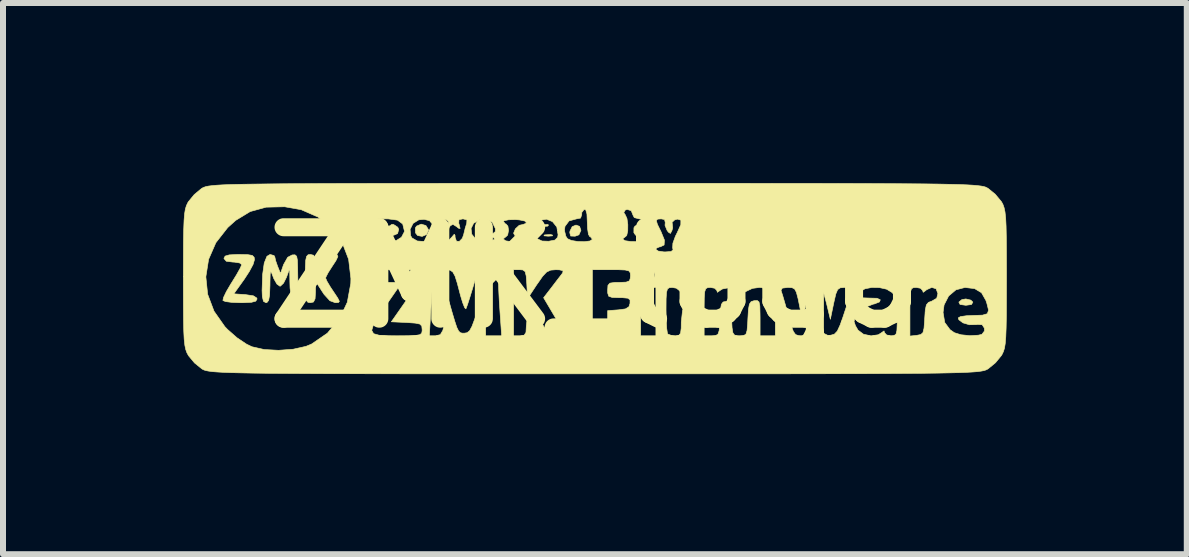
<source format=kicad_pcb>
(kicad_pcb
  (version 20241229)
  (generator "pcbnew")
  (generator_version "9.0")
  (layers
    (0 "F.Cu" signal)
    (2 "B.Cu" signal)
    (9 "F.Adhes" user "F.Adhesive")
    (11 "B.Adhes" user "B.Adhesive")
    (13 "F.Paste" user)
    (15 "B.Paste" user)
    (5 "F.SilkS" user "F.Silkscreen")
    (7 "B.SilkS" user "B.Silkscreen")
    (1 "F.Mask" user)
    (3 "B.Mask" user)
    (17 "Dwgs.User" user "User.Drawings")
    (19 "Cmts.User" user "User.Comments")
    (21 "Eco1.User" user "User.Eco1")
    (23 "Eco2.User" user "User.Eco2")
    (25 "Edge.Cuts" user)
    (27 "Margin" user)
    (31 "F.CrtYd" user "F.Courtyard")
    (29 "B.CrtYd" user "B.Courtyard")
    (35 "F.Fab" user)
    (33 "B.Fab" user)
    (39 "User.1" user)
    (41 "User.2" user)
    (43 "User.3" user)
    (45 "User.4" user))
  (footprint "ZMK_logo"
    (layer "F.Cu")
    (at 6.863 1.571)
    (property "Reference" "ZMK_logo" (at 0 0 0) (layer "F.SilkS") (effects (font (size 1.524 1.524) (thickness 0.3))))
    (attr through_hole)
    (fp_poly (pts (xy -1.81 -0.875) (xy -1.804 -0.859) (xy -1.863 -0.853) (xy -1.923 -0.86) (xy -1.916 -0.875) (xy -1.829 -0.88) (xy -1.81 -0.875)) (stroke (width 0.01) (type solid)) (fill yes) (layer "F.SilkS"))
    (fp_poly (pts (xy -0.773 -0.872) (xy -0.786 -0.853) (xy -0.829 -0.85) (xy -0.874 -0.86) (xy -0.855 -0.876) (xy -0.788 -0.881) (xy -0.773 -0.872)) (stroke (width 0.01) (type solid)) (fill yes) (layer "F.SilkS"))
    (fp_poly (pts (xy -0.708 -0.705) (xy -0.707 -0.691) (xy -0.773 -0.686) (xy -0.783 -0.686) (xy -0.849 -0.692) (xy -0.843 -0.705) (xy -0.835 -0.707) (xy -0.743 -0.713) (xy -0.708 -0.705)) (stroke (width 0.01) (type solid)) (fill yes) (layer "F.SilkS"))
    (fp_poly (pts (xy 6.264 0.38) (xy 6.297 0.413) (xy 6.275 0.453) (xy 6.181 0.466) (xy 6.084 0.452) (xy 6.064 0.413) (xy 6.115 0.371) (xy 6.181 0.36) (xy 6.264 0.38)) (stroke (width 0.01) (type solid)) (fill yes) (layer "F.SilkS"))
    (fp_poly (pts (xy -3.356 -0.881) (xy -3.285 -0.835) (xy -3.269 -0.799) (xy -3.288 -0.729) (xy -3.355 -0.7) (xy -3.428 -0.719) (xy -3.464 -0.778) (xy -3.443 -0.844) (xy -3.384 -0.882) (xy -3.356 -0.881)) (stroke (width 0.01) (type solid)) (fill yes) (layer "F.SilkS"))
    (fp_poly (pts (xy -0.256 -0.849) (xy -0.233 -0.783) (xy -0.267 -0.708) (xy -0.331 -0.685) (xy -0.404 -0.688) (xy -0.419 -0.743) (xy -0.416 -0.769) (xy -0.379 -0.844) (xy -0.315 -0.871) (xy -0.256 -0.849)) (stroke (width 0.01) (type solid)) (fill yes) (layer "F.SilkS"))
    (fp_poly (pts (xy -2.816 -0.863) (xy -2.774 -0.795) (xy -2.773 -0.783) (xy -2.806 -0.713) (xy -2.879 -0.682) (xy -2.955 -0.697) (xy -2.99 -0.741) (xy -2.992 -0.822) (xy -2.973 -0.853) (xy -2.895 -0.886) (xy -2.816 -0.863)) (stroke (width 0.01) (type solid)) (fill yes) (layer "F.SilkS"))
    (fp_poly (pts (xy 0.813 -0.848) (xy 0.847 -0.769) (xy 0.847 -0.763) (xy 0.816 -0.697) (xy 0.747 -0.676) (xy 0.677 -0.703) (xy 0.649 -0.744) (xy 0.65 -0.826) (xy 0.669 -0.855) (xy 0.743 -0.883) (xy 0.813 -0.848)) (stroke (width 0.01) (type solid)) (fill yes) (layer "F.SilkS"))
    (fp_poly (pts (xy 4.772 0.623) (xy 4.776 0.689) (xy 4.746 0.759) (xy 4.692 0.796) (xy 4.616 0.783) (xy 4.593 0.762) (xy 4.593 0.695) (xy 4.644 0.627) (xy 4.72 0.593) (xy 4.728 0.593) (xy 4.772 0.623)) (stroke (width 0.01) (type solid)) (fill yes) (layer "F.SilkS"))
    (fp_poly (pts (xy -5.785 -0.378) (xy -5.709 -0.365) (xy -5.678 -0.334) (xy -5.673 -0.293) (xy -5.696 -0.215) (xy -5.759 -0.097) (xy -5.845 0.035) (xy -6.017 0.275) (xy -5.824 0.288) (xy -5.691 0.308) (xy -5.634 0.345) (xy -5.63 0.362) (xy -5.651 0.397) (xy -5.723 0.416) (xy -5.861 0.423) (xy -5.903 0.423) (xy -6.047 0.418) (xy -6.154 0.404) (xy -6.199 0.386) (xy -6.188 0.335) (xy -6.14 0.235) (xy -6.064 0.106) (xy -6.053 0.089) (xy -5.971 -0.044) (xy -5.911 -0.151) (xy -5.885 -0.21) (xy -5.884 -0.213) (xy -5.922 -0.24) (xy -6.013 -0.254) (xy -6.032 -0.254) (xy -6.142 -0.268) (xy -6.18 -0.312) (xy -6.181 -0.318) (xy -6.161 -0.354) (xy -6.092 -0.374) (xy -5.957 -0.381) (xy -5.927 -0.381) (xy -5.785 -0.378)) (stroke (width 0.01) (type solid)) (fill yes) (layer "F.SilkS"))
    (fp_poly (pts (xy -4.687 -0.368) (xy -4.662 -0.313) (xy -4.656 -0.201) (xy -4.655 -0.021) (xy -4.54 -0.201) (xy -4.459 -0.305) (xy -4.382 -0.37) (xy -4.35 -0.381) (xy -4.295 -0.375) (xy -4.283 -0.346) (xy -4.316 -0.277) (xy -4.381 -0.178) (xy -4.446 -0.076) (xy -4.483 -0.003) (xy -4.487 0.013) (xy -4.465 0.065) (xy -4.408 0.161) (xy -4.358 0.236) (xy -4.286 0.344) (xy -4.258 0.4) (xy -4.273 0.42) (xy -4.327 0.423) (xy -4.416 0.39) (xy -4.512 0.285) (xy -4.54 0.243) (xy -4.655 0.064) (xy -4.656 0.243) (xy -4.663 0.358) (xy -4.689 0.411) (xy -4.741 0.423) (xy -4.781 0.417) (xy -4.806 0.389) (xy -4.819 0.322) (xy -4.825 0.201) (xy -4.826 0.021) (xy -4.825 -0.166) (xy -4.819 -0.284) (xy -4.805 -0.348) (xy -4.779 -0.376) (xy -4.741 -0.381) (xy -4.687 -0.368)) (stroke (width 0.01) (type solid)) (fill yes) (layer "F.SilkS"))
    (fp_poly (pts (xy -5.347 -0.363) (xy -5.334 -0.341) (xy -5.32 -0.277) (xy -5.287 -0.183) (xy -5.239 -0.064) (xy -5.188 -0.212) (xy -5.119 -0.334) (xy -5.045 -0.373) (xy -4.998 -0.375) (xy -4.97 -0.351) (xy -4.957 -0.283) (xy -4.953 -0.156) (xy -4.952 -0.077) (xy -4.949 0.09) (xy -4.94 0.235) (xy -4.927 0.326) (xy -4.926 0.328) (xy -4.923 0.404) (xy -4.965 0.423) (xy -5.024 0.4) (xy -5.061 0.323) (xy -5.08 0.18) (xy -5.083 0.071) (xy -5.086 -0.148) (xy -5.14 0) (xy -5.188 0.097) (xy -5.24 0.146) (xy -5.249 0.148) (xy -5.299 0.112) (xy -5.35 0.023) (xy -5.359 0) (xy -5.387 -0.074) (xy -5.403 -0.095) (xy -5.411 -0.053) (xy -5.414 0.06) (xy -5.415 0.138) (xy -5.421 0.296) (xy -5.437 0.385) (xy -5.466 0.421) (xy -5.482 0.423) (xy -5.523 0.4) (xy -5.542 0.32) (xy -5.546 0.218) (xy -5.537 -0.048) (xy -5.51 -0.238) (xy -5.465 -0.35) (xy -5.413 -0.381) (xy -5.347 -0.363)) (stroke (width 0.01) (type solid)) (fill yes) (layer "F.SilkS"))
    (fp_poly (pts (xy 0.861 -1.566) (xy 1.642 -1.566) (xy 2.345 -1.566) (xy 2.977 -1.565) (xy 3.54 -1.565) (xy 4.038 -1.564) (xy 4.477 -1.563) (xy 4.859 -1.561) (xy 5.189 -1.559) (xy 5.47 -1.557) (xy 5.708 -1.554) (xy 5.905 -1.55) (xy 6.067 -1.546) (xy 6.197 -1.541) (xy 6.298 -1.535) (xy 6.376 -1.528) (xy 6.434 -1.521) (xy 6.477 -1.513) (xy 6.508 -1.504) (xy 6.531 -1.493) (xy 6.551 -1.482) (xy 6.551 -1.482) (xy 6.671 -1.384) (xy 6.771 -1.264) (xy 6.774 -1.26) (xy 6.799 -1.214) (xy 6.818 -1.16) (xy 6.833 -1.09) (xy 6.844 -0.991) (xy 6.851 -0.853) (xy 6.855 -0.666) (xy 6.857 -0.419) (xy 6.858 -0.102) (xy 6.858 0.021) (xy 6.857 0.364) (xy 6.856 0.634) (xy 6.852 0.839) (xy 6.846 0.992) (xy 6.837 1.103) (xy 6.824 1.182) (xy 6.806 1.239) (xy 6.783 1.287) (xy 6.774 1.302) (xy 6.676 1.422) (xy 6.556 1.521) (xy 6.551 1.524) (xy 6.532 1.536) (xy 6.508 1.546) (xy 6.478 1.555) (xy 6.435 1.563) (xy 6.378 1.571) (xy 6.3 1.577) (xy 6.199 1.583) (xy 6.07 1.588) (xy 5.909 1.592) (xy 5.712 1.596) (xy 5.475 1.599) (xy 5.195 1.601) (xy 4.866 1.603) (xy 4.485 1.605) (xy 4.048 1.606) (xy 3.55 1.607) (xy 2.989 1.608) (xy 2.359 1.608) (xy 1.656 1.608) (xy 0.877 1.608) (xy 0.018 1.608) (xy 0 1.608) (xy -0.861 1.608) (xy -1.642 1.608) (xy -2.345 1.608) (xy -2.977 1.608) (xy -3.54 1.607) (xy -4.038 1.606) (xy -4.477 1.605) (xy -4.859 1.603) (xy -5.189 1.601) (xy -5.47 1.599) (xy -5.708 1.596) (xy -5.905 1.592) (xy -6.067 1.588) (xy -6.197 1.583) (xy -6.298 1.577) (xy -6.376 1.571) (xy -6.434 1.563) (xy -6.477 1.555) (xy -6.508 1.546) (xy -6.531 1.536) (xy -6.551 1.524) (xy -6.551 1.524) (xy -6.671 1.427) (xy -6.771 1.307) (xy -6.774 1.302) (xy -6.799 1.256) (xy -6.818 1.203) (xy -6.833 1.132) (xy -6.844 1.033) (xy -6.851 0.895) (xy -6.855 0.709) (xy -6.857 0.462) (xy -6.858 0.144) (xy -6.858 0.021) (xy -6.858 -0.009) (xy -6.483 -0.009) (xy -6.453 0.283) (xy -6.347 0.564) (xy -6.166 0.822) (xy -6.119 0.871) (xy -5.964 1.007) (xy -5.804 1.114) (xy -5.714 1.157) (xy -5.511 1.203) (xy -5.272 1.216) (xy -5.028 1.198) (xy -4.814 1.15) (xy -4.72 1.111) (xy -4.457 0.93) (xy -4.419 0.884) (xy -3.719 0.884) (xy -3.688 0.939) (xy -3.595 0.965) (xy -3.436 0.973) (xy -3.302 0.974) (xy -2.759 0.974) (xy -2.655 0.974) (xy -2.576 0.955) (xy -2.534 0.884) (xy -2.524 0.841) (xy -2.509 0.725) (xy -2.498 0.566) (xy -2.494 0.45) (xy -2.491 0.312) (xy -2.485 0.251) (xy -2.473 0.259) (xy -2.452 0.328) (xy -2.449 0.339) (xy -2.384 0.569) (xy -2.336 0.73) (xy -2.301 0.835) (xy -2.271 0.895) (xy -2.242 0.923) (xy -2.207 0.931) (xy -2.178 0.931) (xy -2.129 0.923) (xy -2.088 0.89) (xy -2.048 0.816) (xy -2 0.687) (xy -1.952 0.54) (xy -1.827 0.148) (xy -1.823 0.561) (xy -1.82 0.974) (xy -1.554 0.974) (xy -1.581 0.586) (xy -1.594 0.391) (xy -1.603 0.209) (xy -1.608 0.069) (xy -1.609 0.036) (xy -1.613 -0.069) (xy -1.643 -0.115) (xy -1.722 -0.127) (xy -1.777 -0.127) (xy -1.355 -0.127) (xy -1.355 0.974) (xy -1.249 0.974) (xy -1.179 0.964) (xy -1.149 0.918) (xy -1.143 0.812) (xy -1.129 0.686) (xy -1.095 0.587) (xy -1.089 0.578) (xy -1.055 0.545) (xy -1.02 0.556) (xy -0.971 0.622) (xy -0.908 0.728) (xy -0.827 0.858) (xy -0.759 0.929) (xy -0.683 0.96) (xy -0.644 0.966) (xy -0.551 0.968) (xy -0.508 0.954) (xy -0.508 0.952) (xy -0.528 0.905) (xy -0.582 0.806) (xy -0.659 0.672) (xy -0.682 0.633) (xy -0.855 0.34) (xy -0.716 0.16) (xy -0.63 0.047) (xy -0.561 -0.042) (xy -0.537 -0.074) (xy -0.531 -0.11) (xy -0.591 -0.125) (xy -0.651 -0.127) (xy -0.042 -0.127) (xy -0.042 0.974) (xy 0.085 0.974) (xy 0.16 0.969) (xy 0.198 0.94) (xy 0.21 0.865) (xy 0.212 0.764) (xy 0.212 0.555) (xy 0.392 0.542) (xy 0.509 0.526) (xy 0.566 0.491) (xy 0.585 0.434) (xy 0.585 0.376) (xy 0.55 0.348) (xy 0.458 0.339) (xy 0.405 0.339) (xy 0.287 0.335) (xy 0.23 0.315) (xy 0.213 0.262) (xy 0.212 0.212) (xy 0.215 0.169) (xy 0.762 0.169) (xy 0.762 0.974) (xy 1.016 0.974) (xy 1.016 0.543) (xy 1.185 0.543) (xy 1.188 0.714) (xy 1.196 0.85) (xy 1.208 0.932) (xy 1.214 0.945) (xy 1.274 0.968) (xy 1.341 0.974) (xy 1.398 0.966) (xy 1.427 0.931) (xy 1.438 0.847) (xy 1.439 0.744) (xy 1.458 0.572) (xy 1.82 0.572) (xy 1.82 0.974) (xy 1.945 0.974) (xy 2.012 0.97) (xy 2.05 0.948) (xy 2.07 0.889) (xy 2.079 0.773) (xy 2.083 0.688) (xy 2.092 0.535) (xy 2.108 0.449) (xy 2.136 0.411) (xy 2.18 0.402) (xy 2.226 0.411) (xy 2.253 0.451) (xy 2.268 0.54) (xy 2.277 0.688) (xy 2.285 0.839) (xy 2.299 0.925) (xy 2.327 0.963) (xy 2.378 0.973) (xy 2.413 0.974) (xy 2.478 0.97) (xy 2.516 0.948) (xy 2.535 0.887) (xy 2.545 0.77) (xy 2.549 0.688) (xy 2.558 0.535) (xy 2.574 0.447) (xy 2.603 0.405) (xy 2.653 0.389) (xy 2.656 0.389) (xy 2.706 0.387) (xy 2.734 0.41) (xy 2.748 0.476) (xy 2.751 0.602) (xy 2.752 0.674) (xy 2.752 0.974) (xy 3.006 0.974) (xy 3.006 0.666) (xy 2.994 0.444) (xy 2.956 0.294) (xy 2.894 0.217) (xy 3.101 0.217) (xy 3.105 0.231) (xy 3.127 0.299) (xy 3.164 0.425) (xy 3.209 0.585) (xy 3.222 0.633) (xy 3.269 0.8) (xy 3.306 0.901) (xy 3.343 0.953) (xy 3.389 0.971) (xy 3.435 0.974) (xy 3.511 0.964) (xy 3.557 0.921) (xy 3.593 0.822) (xy 3.603 0.782) (xy 3.642 0.657) (xy 3.681 0.58) (xy 3.711 0.563) (xy 3.725 0.615) (xy 3.725 0.626) (xy 3.739 0.722) (xy 3.772 0.841) (xy 3.773 0.843) (xy 3.818 0.936) (xy 3.88 0.967) (xy 3.928 0.965) (xy 3.99 0.947) (xy 4.039 0.896) (xy 4.086 0.794) (xy 4.106 0.737) (xy 4.318 0.737) (xy 4.341 0.806) (xy 4.384 0.88) (xy 4.475 0.948) (xy 4.601 0.975) (xy 4.721 0.957) (xy 4.775 0.923) (xy 4.817 0.893) (xy 4.826 0.923) (xy 4.862 0.961) (xy 4.932 0.974) (xy 4.986 0.97) (xy 5.017 0.946) (xy 5.032 0.885) (xy 5.037 0.768) (xy 5.038 0.656) (xy 5.036 0.574) (xy 5.249 0.574) (xy 5.249 0.979) (xy 5.366 0.966) (xy 5.43 0.953) (xy 5.466 0.921) (xy 5.484 0.847) (xy 5.494 0.713) (xy 5.495 0.688) (xy 5.502 0.585) (xy 5.801 0.585) (xy 5.829 0.753) (xy 5.917 0.872) (xy 5.99 0.923) (xy 6.1 0.957) (xy 6.248 0.972) (xy 6.389 0.964) (xy 6.448 0.95) (xy 6.491 0.894) (xy 6.489 0.846) (xy 6.453 0.79) (xy 6.373 0.785) (xy 6.351 0.789) (xy 6.239 0.79) (xy 6.133 0.759) (xy 6.064 0.707) (xy 6.054 0.676) (xy 6.092 0.654) (xy 6.192 0.64) (xy 6.308 0.635) (xy 6.459 0.63) (xy 6.539 0.606) (xy 6.559 0.547) (xy 6.532 0.438) (xy 6.515 0.386) (xy 6.442 0.257) (xy 6.327 0.188) (xy 6.166 0.169) (xy 6.016 0.208) (xy 5.894 0.311) (xy 5.818 0.46) (xy 5.801 0.585) (xy 5.502 0.585) (xy 5.505 0.542) (xy 5.523 0.459) (xy 5.558 0.417) (xy 5.611 0.398) (xy 5.695 0.349) (xy 5.715 0.271) (xy 5.685 0.191) (xy 5.613 0.168) (xy 5.526 0.207) (xy 5.512 0.22) (xy 5.47 0.25) (xy 5.461 0.22) (xy 5.425 0.182) (xy 5.355 0.169) (xy 5.306 0.172) (xy 5.275 0.191) (xy 5.258 0.242) (xy 5.251 0.34) (xy 5.249 0.502) (xy 5.249 0.574) (xy 5.036 0.574) (xy 5.034 0.481) (xy 5.018 0.368) (xy 4.986 0.294) (xy 4.953 0.254) (xy 4.861 0.198) (xy 4.74 0.171) (xy 4.612 0.169) (xy 4.5 0.191) (xy 4.425 0.235) (xy 4.411 0.3) (xy 4.411 0.302) (xy 4.468 0.342) (xy 4.582 0.346) (xy 4.7 0.349) (xy 4.755 0.374) (xy 4.742 0.41) (xy 4.654 0.444) (xy 4.636 0.447) (xy 4.513 0.496) (xy 4.403 0.583) (xy 4.331 0.682) (xy 4.318 0.737) (xy 4.106 0.737) (xy 4.128 0.677) (xy 4.197 0.468) (xy 4.239 0.326) (xy 4.256 0.238) (xy 4.248 0.191) (xy 4.215 0.173) (xy 4.158 0.169) (xy 4.155 0.169) (xy 4.087 0.175) (xy 4.045 0.204) (xy 4.014 0.277) (xy 3.983 0.411) (xy 3.978 0.434) (xy 3.923 0.699) (xy 3.859 0.434) (xy 3.82 0.289) (xy 3.785 0.208) (xy 3.742 0.175) (xy 3.697 0.169) (xy 3.64 0.181) (xy 3.597 0.226) (xy 3.557 0.324) (xy 3.526 0.431) (xy 3.453 0.694) (xy 3.42 0.527) (xy 3.385 0.355) (xy 3.357 0.249) (xy 3.327 0.194) (xy 3.285 0.173) (xy 3.222 0.169) (xy 3.212 0.169) (xy 3.122 0.18) (xy 3.101 0.217) (xy 2.894 0.217) (xy 2.885 0.206) (xy 2.777 0.171) (xy 2.737 0.169) (xy 2.625 0.184) (xy 2.549 0.22) (xy 2.548 0.22) (xy 2.491 0.249) (xy 2.447 0.22) (xy 2.36 0.18) (xy 2.238 0.172) (xy 2.125 0.194) (xy 2.083 0.22) (xy 2.041 0.25) (xy 2.032 0.22) (xy 1.996 0.182) (xy 1.926 0.169) (xy 1.877 0.172) (xy 1.846 0.191) (xy 1.829 0.242) (xy 1.822 0.341) (xy 1.82 0.503) (xy 1.82 0.572) (xy 1.458 0.572) (xy 1.46 0.554) (xy 1.519 0.431) (xy 1.615 0.382) (xy 1.633 0.381) (xy 1.681 0.344) (xy 1.693 0.275) (xy 1.664 0.192) (xy 1.592 0.168) (xy 1.501 0.208) (xy 1.485 0.222) (xy 1.435 0.254) (xy 1.409 0.222) (xy 1.357 0.181) (xy 1.288 0.169) (xy 1.239 0.173) (xy 1.209 0.194) (xy 1.193 0.25) (xy 1.186 0.357) (xy 1.185 0.532) (xy 1.185 0.543) (xy 1.016 0.543) (xy 1.016 0.169) (xy 0.762 0.169) (xy 0.215 0.169) (xy 0.217 0.134) (xy 0.249 0.097) (xy 0.33 0.085) (xy 0.402 0.085) (xy 0.52 0.08) (xy 0.575 0.059) (xy 0.592 0.007) (xy 0.592 -0.004) (xy 0.769 -0.004) (xy 0.82 0.064) (xy 0.899 0.077) (xy 0.975 0.041) (xy 0.995 -0.042) (xy 0.972 -0.13) (xy 0.899 -0.162) (xy 0.81 -0.146) (xy 0.778 -0.109) (xy 0.769 -0.004) (xy 0.592 -0.004) (xy 0.593 -0.021) (xy 0.589 -0.075) (xy 0.565 -0.107) (xy 0.504 -0.122) (xy 0.387 -0.127) (xy 0.275 -0.127) (xy -0.042 -0.127) (xy -0.651 -0.127) (xy -0.737 -0.12) (xy -0.804 -0.089) (xy -0.871 -0.018) (xy -0.96 0.11) (xy -0.963 0.113) (xy -1.122 0.354) (xy -1.135 0.113) (xy -1.145 -0.023) (xy -1.163 -0.095) (xy -1.2 -0.123) (xy -1.251 -0.127) (xy -1.355 -0.127) (xy -1.777 -0.127) (xy -1.945 -0.127) (xy -2.037 0.18) (xy -2.084 0.333) (xy -2.123 0.454) (xy -2.148 0.521) (xy -2.15 0.525) (xy -2.17 0.507) (xy -2.203 0.424) (xy -2.242 0.295) (xy -2.244 0.286) (xy -2.293 0.099) (xy -2.331 -0.021) (xy -2.368 -0.088) (xy -2.412 -0.119) (xy -2.474 -0.127) (xy -2.515 -0.127) (xy -2.618 -0.119) (xy -2.678 -0.099) (xy -2.68 -0.095) (xy -2.69 -0.043) (xy -2.702 0.076) (xy -2.715 0.245) (xy -2.728 0.446) (xy -2.729 0.455) (xy -2.759 0.974) (xy -3.302 0.974) (xy -3.11 0.973) (xy -2.987 0.968) (xy -2.918 0.956) (xy -2.887 0.932) (xy -2.879 0.893) (xy -2.879 0.87) (xy -2.885 0.812) (xy -2.917 0.779) (xy -2.994 0.763) (xy -3.135 0.753) (xy -3.392 0.741) (xy -3.135 0.373) (xy -3.029 0.215) (xy -2.944 0.078) (xy -2.891 -0.022) (xy -2.879 -0.06) (xy -2.891 -0.092) (xy -2.938 -0.112) (xy -3.035 -0.123) (xy -3.196 -0.127) (xy -3.281 -0.127) (xy -3.467 -0.126) (xy -3.585 -0.121) (xy -3.649 -0.108) (xy -3.677 -0.082) (xy -3.683 -0.039) (xy -3.683 -0.021) (xy -3.677 0.039) (xy -3.645 0.071) (xy -3.566 0.083) (xy -3.45 0.085) (xy -3.217 0.085) (xy -3.471 0.451) (xy -3.607 0.651) (xy -3.691 0.792) (xy -3.719 0.884) (xy -4.419 0.884) (xy -4.257 0.695) (xy -4.126 0.416) (xy -4.068 0.101) (xy -4.066 0.021) (xy -4.104 -0.3) (xy -4.213 -0.584) (xy -4.386 -0.821) (xy -4.576 -0.974) (xy -3.619 -0.974) (xy -3.619 -0.699) (xy -3.618 -0.551) (xy -3.608 -0.468) (xy -3.581 -0.432) (xy -3.53 -0.424) (xy -3.503 -0.423) (xy -3.419 -0.437) (xy -3.387 -0.466) (xy 1.016 -0.466) (xy 1.053 -0.438) (xy 1.145 -0.424) (xy 1.169 -0.423) (xy 1.269 -0.43) (xy 1.302 -0.458) (xy 1.295 -0.492) (xy 1.299 -0.568) (xy 1.34 -0.682) (xy 1.372 -0.746) (xy 1.431 -0.877) (xy 1.432 -0.953) (xy 1.376 -0.97) (xy 1.329 -0.957) (xy 1.285 -0.916) (xy 1.289 -0.893) (xy 1.296 -0.825) (xy 1.284 -0.781) (xy 1.258 -0.731) (xy 1.226 -0.751) (xy 1.203 -0.781) (xy 1.168 -0.866) (xy 1.172 -0.914) (xy 1.16 -0.963) (xy 1.105 -0.974) (xy 1.044 -0.97) (xy 1.023 -0.946) (xy 1.041 -0.883) (xy 1.099 -0.765) (xy 1.102 -0.759) (xy 1.158 -0.621) (xy 1.153 -0.539) (xy 1.089 -0.508) (xy 1.077 -0.508) (xy 1.022 -0.484) (xy 1.016 -0.466) (xy -3.387 -0.466) (xy -3.419 -0.507) (xy -3.429 -0.508) (xy -3.467 -0.542) (xy -3.471 -0.57) (xy -3.443 -0.613) (xy -3.411 -0.609) (xy -3.313 -0.611) (xy -3.223 -0.668) (xy -3.176 -0.758) (xy -3.175 -0.776) (xy -3.181 -0.799) (xy -3.08 -0.799) (xy -3.07 -0.693) (xy -3.048 -0.656) (xy -2.959 -0.605) (xy -2.841 -0.597) (xy -2.737 -0.631) (xy -2.711 -0.654) (xy -2.674 -0.755) (xy -2.694 -0.868) (xy -2.744 -0.93) (xy -2.601 -0.93) (xy -2.59 -0.875) (xy -2.552 -0.798) (xy -2.524 -0.709) (xy -2.491 -0.615) (xy -2.45 -0.602) (xy -2.388 -0.666) (xy -2.387 -0.667) (xy -2.344 -0.718) (xy -2.331 -0.7) (xy -2.33 -0.667) (xy -2.307 -0.602) (xy -2.259 -0.599) (xy -2.21 -0.649) (xy -2.188 -0.709) (xy -2.163 -0.813) (xy -2.064 -0.813) (xy -2.052 -0.718) (xy -1.987 -0.637) (xy -1.876 -0.595) (xy -1.843 -0.593) (xy -1.738 -0.604) (xy -1.675 -0.632) (xy -1.672 -0.635) (xy -1.691 -0.665) (xy -1.778 -0.683) (xy -1.807 -0.684) (xy -1.968 -0.692) (xy -1.807 -0.708) (xy -1.702 -0.727) (xy -1.66 -0.762) (xy -1.659 -0.813) (xy -1.711 -0.918) (xy -1.737 -0.93) (xy -1.524 -0.93) (xy -1.492 -0.89) (xy -1.482 -0.889) (xy -1.45 -0.853) (xy -1.439 -0.783) (xy -1.454 -0.704) (xy -1.482 -0.677) (xy -1.523 -0.645) (xy -1.524 -0.635) (xy -1.486 -0.608) (xy -1.393 -0.594) (xy -1.355 -0.593) (xy -1.249 -0.602) (xy -1.19 -0.626) (xy -1.185 -0.635) (xy -1.221 -0.669) (xy -1.27 -0.677) (xy -1.339 -0.702) (xy -1.355 -0.736) (xy -1.333 -0.789) (xy -1.047 -0.789) (xy -1.047 -0.727) (xy -0.991 -0.658) (xy -0.99 -0.657) (xy -0.881 -0.605) (xy -0.771 -0.601) (xy -0.666 -0.621) (xy -0.621 -0.667) (xy -0.614 -0.71) (xy -0.626 -0.783) (xy -0.508 -0.783) (xy -0.485 -0.686) (xy -0.457 -0.643) (xy -0.391 -0.614) (xy -0.287 -0.597) (xy -0.174 -0.594) (xy -0.082 -0.606) (xy -0.042 -0.633) (xy -0.042 -0.635) (xy 0.466 -0.635) (xy 0.503 -0.61) (xy 0.593 -0.597) (xy 0.705 -0.595) (xy 0.81 -0.605) (xy 0.871 -0.625) (xy 0.934 -0.71) (xy 0.936 -0.813) (xy 0.886 -0.907) (xy 0.794 -0.966) (xy 0.738 -0.974) (xy 0.656 -0.995) (xy 0.635 -1.035) (xy 0.605 -1.11) (xy 0.537 -1.132) (xy 0.504 -1.12) (xy 0.481 -1.077) (xy 0.504 -1.045) (xy 0.534 -0.98) (xy 0.548 -0.879) (xy 0.547 -0.774) (xy 0.53 -0.697) (xy 0.508 -0.677) (xy 0.467 -0.645) (xy 0.466 -0.635) (xy -0.042 -0.635) (xy -0.075 -0.676) (xy -0.085 -0.677) (xy -0.108 -0.716) (xy -0.123 -0.815) (xy -0.127 -0.914) (xy -0.133 -1.056) (xy -0.153 -1.124) (xy -0.18 -1.132) (xy -0.219 -1.081) (xy -0.22 -1.043) (xy -0.239 -0.987) (xy -0.307 -0.974) (xy -0.431 -0.94) (xy -0.499 -0.849) (xy -0.508 -0.783) (xy -0.626 -0.783) (xy -0.635 -0.839) (xy -0.707 -0.928) (xy -0.807 -0.969) (xy -0.913 -0.95) (xy -0.992 -0.88) (xy -1.047 -0.789) (xy -1.333 -0.789) (xy -1.325 -0.808) (xy -1.261 -0.867) (xy -1.2 -0.88) (xy -1.151 -0.898) (xy -1.143 -0.91) (xy -1.168 -0.938) (xy -1.259 -0.957) (xy -1.323 -0.962) (xy -1.44 -0.959) (xy -1.512 -0.943) (xy -1.524 -0.93) (xy -1.737 -0.93) (xy -1.815 -0.966) (xy -1.917 -0.959) (xy -2.021 -0.901) (xy -2.064 -0.813) (xy -2.163 -0.813) (xy -2.16 -0.825) (xy -2.136 -0.9) (xy -2.133 -0.957) (xy -2.197 -0.974) (xy -2.2 -0.974) (xy -2.265 -0.96) (xy -2.269 -0.903) (xy -2.262 -0.879) (xy -2.246 -0.814) (xy -2.272 -0.818) (xy -2.304 -0.844) (xy -2.366 -0.883) (xy -2.409 -0.859) (xy -2.42 -0.844) (xy -2.449 -0.81) (xy -2.441 -0.851) (xy -2.439 -0.859) (xy -2.445 -0.934) (xy -2.475 -0.958) (xy -2.554 -0.964) (xy -2.601 -0.93) (xy -2.744 -0.93) (xy -2.756 -0.944) (xy -2.846 -0.966) (xy -2.935 -0.958) (xy -3.03 -0.899) (xy -3.08 -0.799) (xy -3.181 -0.799) (xy -3.203 -0.889) (xy -3.29 -0.953) (xy -3.446 -0.974) (xy -3.448 -0.974) (xy -3.619 -0.974) (xy -4.576 -0.974) (xy -4.615 -1.005) (xy -4.894 -1.127) (xy -5.17 -1.176) (xy -5.478 -1.169) (xy -5.744 -1.096) (xy -5.984 -0.95) (xy -6.119 -0.829) (xy -6.316 -0.577) (xy -6.437 -0.3) (xy -6.483 -0.009) (xy -6.858 -0.009) (xy -6.857 -0.322) (xy -6.856 -0.591) (xy -6.852 -0.797) (xy -6.846 -0.95) (xy -6.837 -1.06) (xy -6.824 -1.139) (xy -6.806 -1.197) (xy -6.783 -1.245) (xy -6.774 -1.26) (xy -6.676 -1.379) (xy -6.556 -1.479) (xy -6.551 -1.482) (xy -6.532 -1.493) (xy -6.508 -1.503) (xy -6.478 -1.513) (xy -6.435 -1.521) (xy -6.378 -1.528) (xy -6.3 -1.535) (xy -6.199 -1.541) (xy -6.07 -1.546) (xy -5.909 -1.55) (xy -5.712 -1.553) (xy -5.475 -1.556) (xy -5.195 -1.559) (xy -4.866 -1.561) (xy -4.485 -1.563) (xy -4.048 -1.564) (xy -3.55 -1.565) (xy -2.989 -1.565) (xy -2.359 -1.566) (xy -1.656 -1.566) (xy -0.877 -1.566) (xy -0.018 -1.566) (xy 0 -1.566) (xy 0.861 -1.566)) (stroke (width 0.01) (type solid)) (fill yes) (layer "F.SilkS")))
  (gr_rect
    (start -3 -3)
    (end 16.725 6.184)
    (stroke (width 0.1) (type default))
    (fill no)
    (layer "Edge.Cuts")))
</source>
